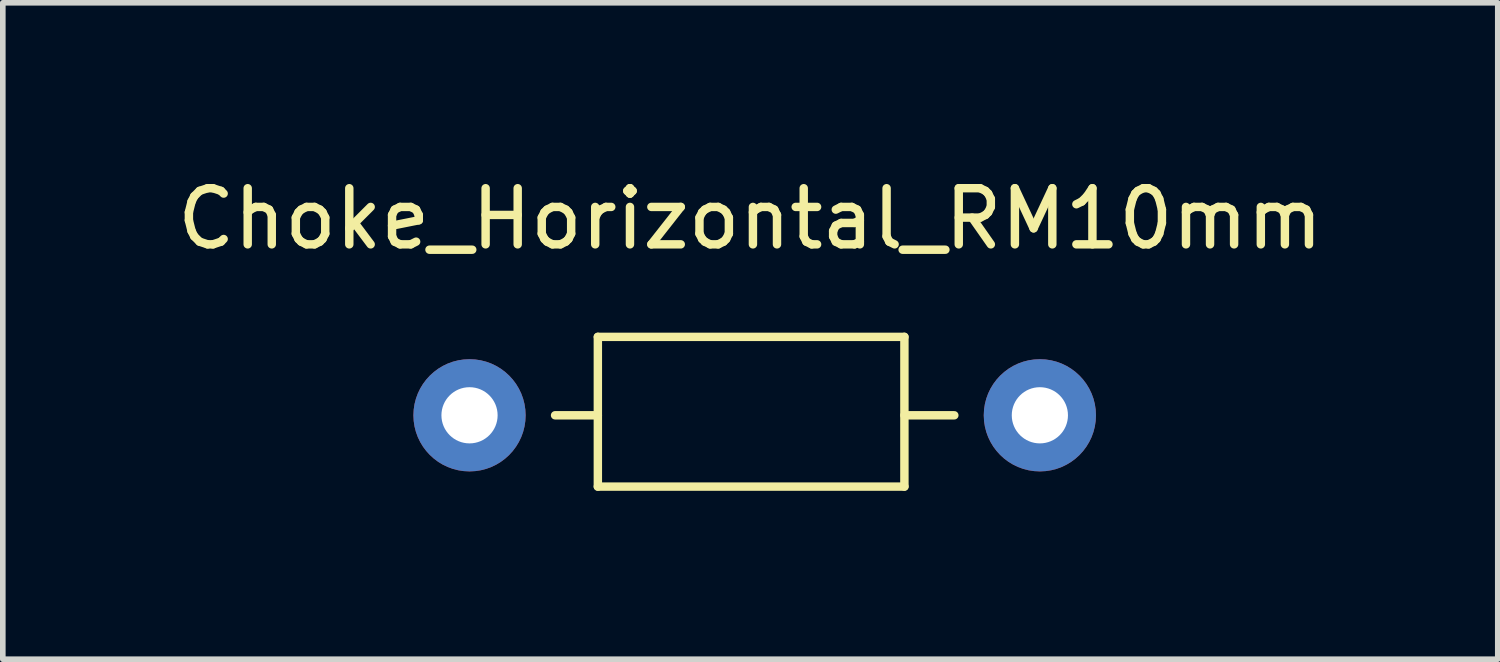
<source format=kicad_pcb>
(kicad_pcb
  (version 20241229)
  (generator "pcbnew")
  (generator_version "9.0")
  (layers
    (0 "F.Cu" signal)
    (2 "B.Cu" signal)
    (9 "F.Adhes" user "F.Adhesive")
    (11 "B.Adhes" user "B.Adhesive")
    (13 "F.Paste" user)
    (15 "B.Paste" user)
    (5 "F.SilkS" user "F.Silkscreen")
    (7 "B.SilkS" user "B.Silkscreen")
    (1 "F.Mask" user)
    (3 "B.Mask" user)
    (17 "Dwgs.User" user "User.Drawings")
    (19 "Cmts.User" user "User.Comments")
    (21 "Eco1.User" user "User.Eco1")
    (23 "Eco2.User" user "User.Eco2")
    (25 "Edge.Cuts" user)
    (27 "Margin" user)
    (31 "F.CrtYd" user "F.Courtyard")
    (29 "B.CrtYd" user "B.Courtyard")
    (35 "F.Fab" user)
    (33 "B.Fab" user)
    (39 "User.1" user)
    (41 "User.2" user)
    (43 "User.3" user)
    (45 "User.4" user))
  (footprint "Choke_Horizontal_RM10mm"
    (layer "F.Cu")
    (at 10.315 4.348)
    (property "Reference" "Choke_Horizontal_RM10mm" (at 0 -3.5 0) (layer "F.SilkS") (effects (font (size 1 1) (thickness 0.15))))
    (attr through_hole)
    (fp_line (start -2.715 -1.397) (end 2.746 -1.397) (stroke (width 0.15) (type solid)) (layer "F.SilkS"))
    (fp_line (start -2.715 0) (end -3.477 0) (stroke (width 0.15) (type solid)) (layer "F.SilkS"))
    (fp_line (start -2.715 1.27) (end -2.715 -1.397) (stroke (width 0.15) (type solid)) (layer "F.SilkS"))
    (fp_line (start 2.746 -1.397) (end 2.746 1.27) (stroke (width 0.15) (type solid)) (layer "F.SilkS"))
    (fp_line (start 2.746 0) (end 3.635 0) (stroke (width 0.15) (type solid)) (layer "F.SilkS"))
    (fp_line (start 2.746 1.27) (end -2.715 1.27) (stroke (width 0.15) (type solid)) (layer "F.SilkS"))
    (pad "1" thru_hole circle (at -5.001 0) (size 1.999 1.999) (drill 1.001) (layers "*.Cu" "*.Mask"))
    (pad "2" thru_hole circle (at 5.159 0) (size 1.999 1.999) (drill 1.001) (layers "*.Cu" "*.Mask")))
  (gr_rect
    (start -3 -3)
    (end 23.631 8.693)
    (stroke (width 0.1) (type default))
    (fill no)
    (layer "Edge.Cuts")))
</source>
